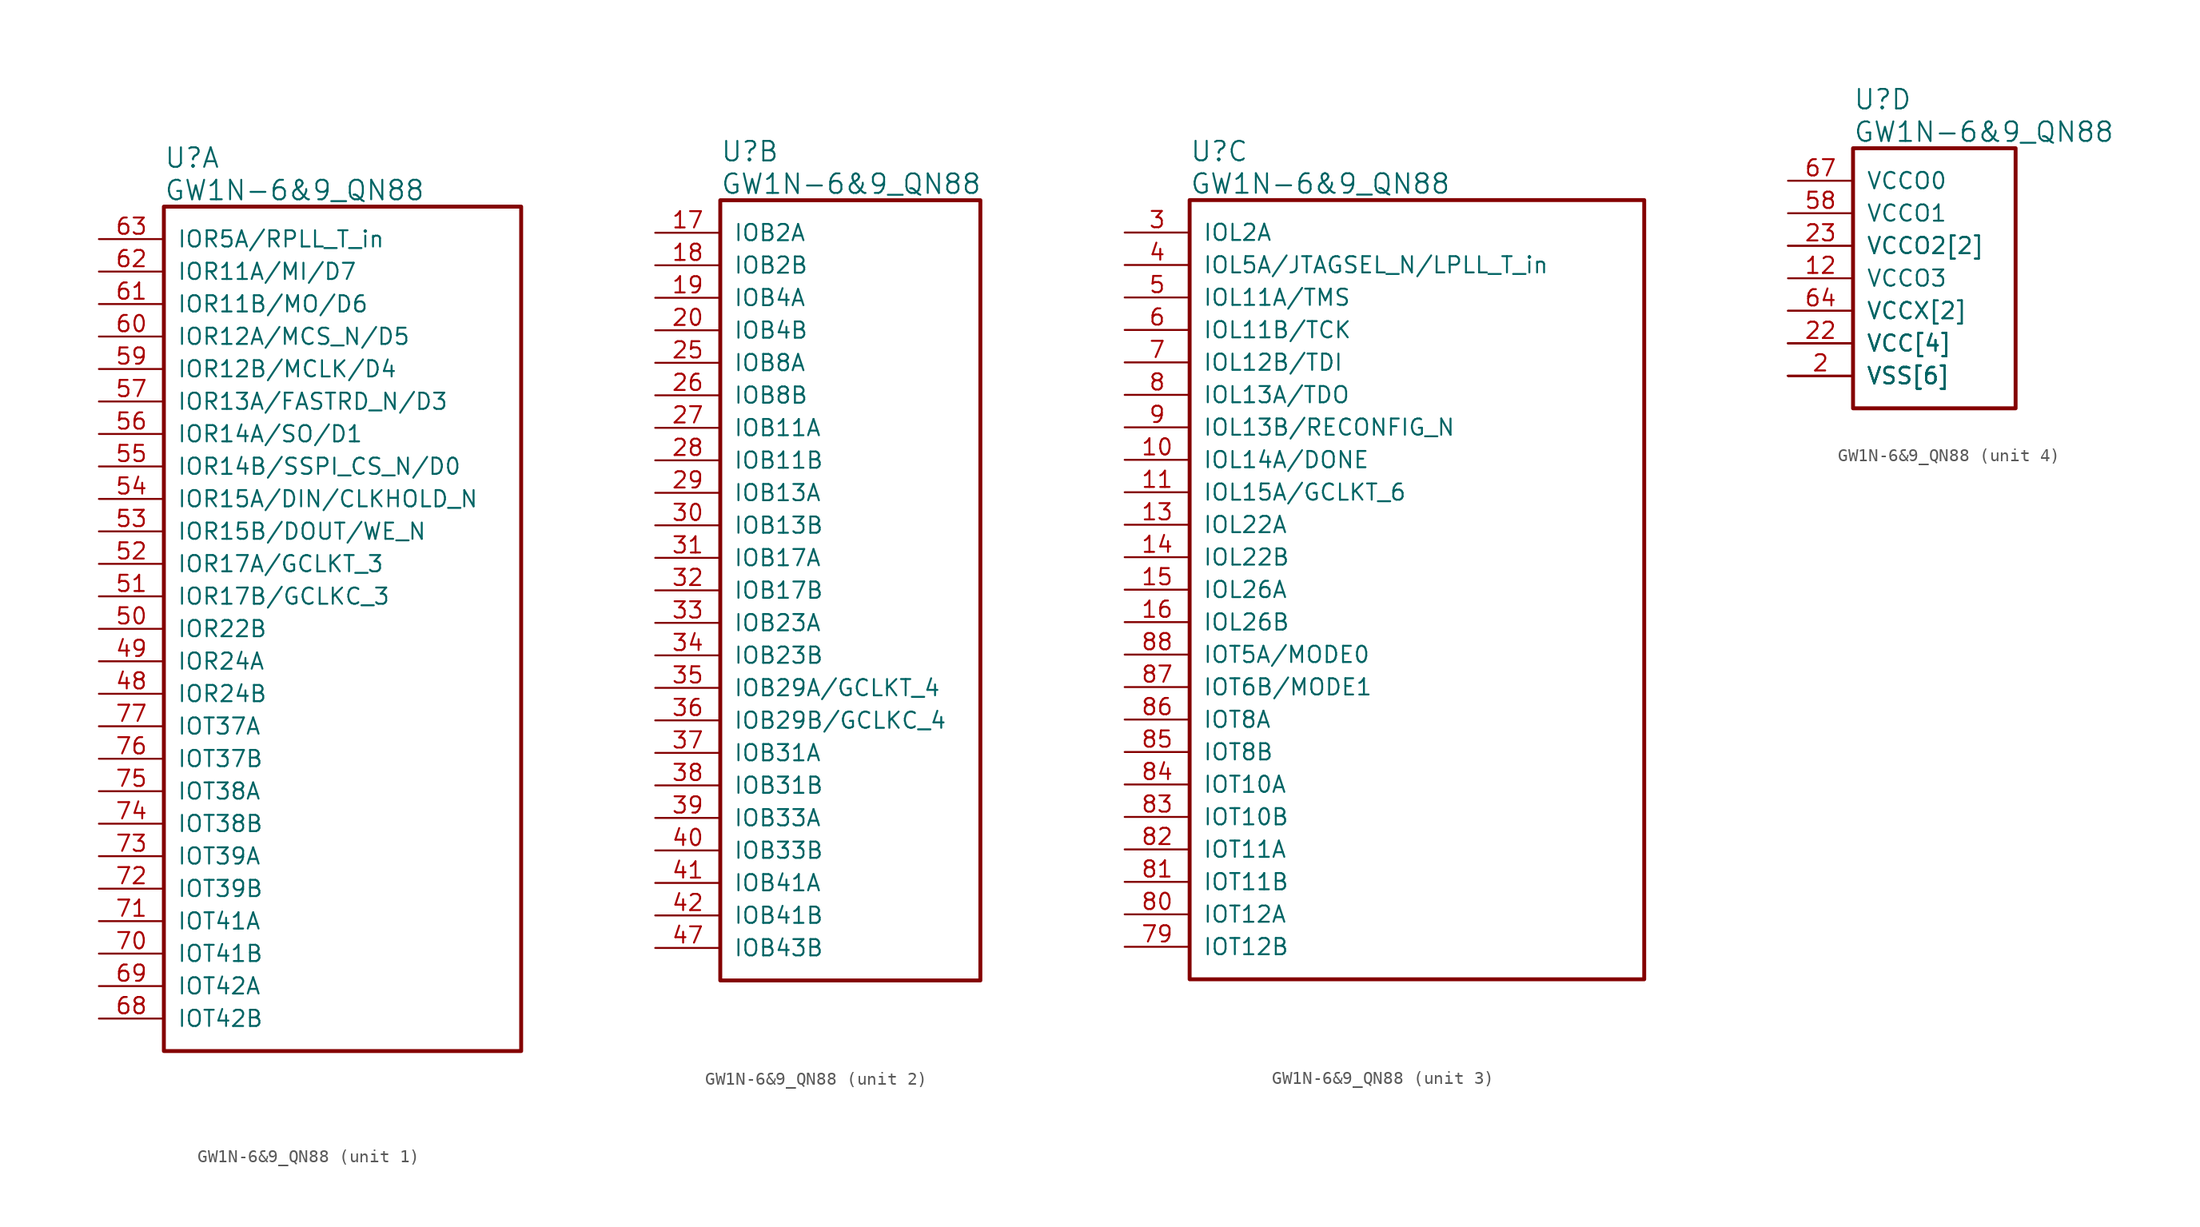
<source format=kicad_sym>
(kicad_symbol_lib
  (version 20241209)
  (generator "kicad_symbol_editor")
  (generator_version "9.0")
  (symbol "GW1N-6&9_QN88"
    (pin_names
      (offset 1.016))
    (property "Reference" "U"
      (at 5.08 6.35 0)
      (effects (font (size 1.524 1.524)) (justify left)))
    (property "Value" "GW1N-6&9_QN88"
      (at 5.08 3.81 0)
      (effects (font (size 1.524 1.524)) (justify left)))
    (property "ki_locked" ""
      (at 0 0 0)
      (effects (font (size 1.27 1.27))))
    (symbol "GW1N-6&9_QN88_1_1"
      (rectangle (start 5.08 2.54) (end 33.02 -63.5) (stroke (width 0.305) (type solid)) (fill (type none)))
      (pin bidirectional line (at 0 0 0) (length 5.08) (name "IOR5A/RPLL_T_in" (effects (font (size 1.27 1.27)))) (number "63" (effects (font (size 1.27 1.27)))))
      (pin bidirectional line (at 0 -2.54 0) (length 5.08) (name "IOR11A/MI/D7" (effects (font (size 1.27 1.27)))) (number "62" (effects (font (size 1.27 1.27)))))
      (pin bidirectional line (at 0 -5.08 0) (length 5.08) (name "IOR11B/MO/D6" (effects (font (size 1.27 1.27)))) (number "61" (effects (font (size 1.27 1.27)))))
      (pin bidirectional line (at 0 -7.62 0) (length 5.08) (name "IOR12A/MCS_N/D5" (effects (font (size 1.27 1.27)))) (number "60" (effects (font (size 1.27 1.27)))))
      (pin bidirectional line (at 0 -10.16 0) (length 5.08) (name "IOR12B/MCLK/D4" (effects (font (size 1.27 1.27)))) (number "59" (effects (font (size 1.27 1.27)))))
      (pin bidirectional line (at 0 -12.7 0) (length 5.08) (name "IOR13A/FASTRD_N/D3" (effects (font (size 1.27 1.27)))) (number "57" (effects (font (size 1.27 1.27)))))
      (pin bidirectional line (at 0 -15.24 0) (length 5.08) (name "IOR14A/SO/D1" (effects (font (size 1.27 1.27)))) (number "56" (effects (font (size 1.27 1.27)))))
      (pin bidirectional line (at 0 -17.78 0) (length 5.08) (name "IOR14B/SSPI_CS_N/D0" (effects (font (size 1.27 1.27)))) (number "55" (effects (font (size 1.27 1.27)))))
      (pin bidirectional line (at 0 -20.32 0) (length 5.08) (name "IOR15A/DIN/CLKHOLD_N" (effects (font (size 1.27 1.27)))) (number "54" (effects (font (size 1.27 1.27)))))
      (pin bidirectional line (at 0 -22.86 0) (length 5.08) (name "IOR15B/DOUT/WE_N" (effects (font (size 1.27 1.27)))) (number "53" (effects (font (size 1.27 1.27)))))
      (pin bidirectional line (at 0 -25.4 0) (length 5.08) (name "IOR17A/GCLKT_3" (effects (font (size 1.27 1.27)))) (number "52" (effects (font (size 1.27 1.27)))))
      (pin bidirectional line (at 0 -27.94 0) (length 5.08) (name "IOR17B/GCLKC_3" (effects (font (size 1.27 1.27)))) (number "51" (effects (font (size 1.27 1.27)))))
      (pin bidirectional line (at 0 -30.48 0) (length 5.08) (name "IOR22B" (effects (font (size 1.27 1.27)))) (number "50" (effects (font (size 1.27 1.27)))))
      (pin bidirectional line (at 0 -33.02 0) (length 5.08) (name "IOR24A" (effects (font (size 1.27 1.27)))) (number "49" (effects (font (size 1.27 1.27)))))
      (pin bidirectional line (at 0 -35.56 0) (length 5.08) (name "IOR24B" (effects (font (size 1.27 1.27)))) (number "48" (effects (font (size 1.27 1.27)))))
      (pin bidirectional line (at 0 -38.1 0) (length 5.08) (name "IOT37A" (effects (font (size 1.27 1.27)))) (number "77" (effects (font (size 1.27 1.27)))))
      (pin bidirectional line (at 0 -40.64 0) (length 5.08) (name "IOT37B" (effects (font (size 1.27 1.27)))) (number "76" (effects (font (size 1.27 1.27)))))
      (pin bidirectional line (at 0 -43.18 0) (length 5.08) (name "IOT38A" (effects (font (size 1.27 1.27)))) (number "75" (effects (font (size 1.27 1.27)))))
      (pin bidirectional line (at 0 -45.72 0) (length 5.08) (name "IOT38B" (effects (font (size 1.27 1.27)))) (number "74" (effects (font (size 1.27 1.27)))))
      (pin bidirectional line (at 0 -48.26 0) (length 5.08) (name "IOT39A" (effects (font (size 1.27 1.27)))) (number "73" (effects (font (size 1.27 1.27)))))
      (pin bidirectional line (at 0 -50.8 0) (length 5.08) (name "IOT39B" (effects (font (size 1.27 1.27)))) (number "72" (effects (font (size 1.27 1.27)))))
      (pin bidirectional line (at 0 -53.34 0) (length 5.08) (name "IOT41A" (effects (font (size 1.27 1.27)))) (number "71" (effects (font (size 1.27 1.27)))))
      (pin bidirectional line (at 0 -55.88 0) (length 5.08) (name "IOT41B" (effects (font (size 1.27 1.27)))) (number "70" (effects (font (size 1.27 1.27)))))
      (pin bidirectional line (at 0 -58.42 0) (length 5.08) (name "IOT42A" (effects (font (size 1.27 1.27)))) (number "69" (effects (font (size 1.27 1.27)))))
      (pin bidirectional line (at 0 -60.96 0) (length 5.08) (name "IOT42B" (effects (font (size 1.27 1.27)))) (number "68" (effects (font (size 1.27 1.27))))))
    (symbol "GW1N-6&9_QN88_2_1"
      (rectangle (start 5.08 2.54) (end 25.4 -58.42) (stroke (width 0.305) (type solid)) (fill (type none)))
      (pin bidirectional line (at 0 0 0) (length 5.08) (name "IOB2A" (effects (font (size 1.27 1.27)))) (number "17" (effects (font (size 1.27 1.27)))))
      (pin bidirectional line (at 0 -2.54 0) (length 5.08) (name "IOB2B" (effects (font (size 1.27 1.27)))) (number "18" (effects (font (size 1.27 1.27)))))
      (pin bidirectional line (at 0 -5.08 0) (length 5.08) (name "IOB4A" (effects (font (size 1.27 1.27)))) (number "19" (effects (font (size 1.27 1.27)))))
      (pin bidirectional line (at 0 -7.62 0) (length 5.08) (name "IOB4B" (effects (font (size 1.27 1.27)))) (number "20" (effects (font (size 1.27 1.27)))))
      (pin bidirectional line (at 0 -10.16 0) (length 5.08) (name "IOB8A" (effects (font (size 1.27 1.27)))) (number "25" (effects (font (size 1.27 1.27)))))
      (pin bidirectional line (at 0 -12.7 0) (length 5.08) (name "IOB8B" (effects (font (size 1.27 1.27)))) (number "26" (effects (font (size 1.27 1.27)))))
      (pin bidirectional line (at 0 -15.24 0) (length 5.08) (name "IOB11A" (effects (font (size 1.27 1.27)))) (number "27" (effects (font (size 1.27 1.27)))))
      (pin bidirectional line (at 0 -17.78 0) (length 5.08) (name "IOB11B" (effects (font (size 1.27 1.27)))) (number "28" (effects (font (size 1.27 1.27)))))
      (pin bidirectional line (at 0 -20.32 0) (length 5.08) (name "IOB13A" (effects (font (size 1.27 1.27)))) (number "29" (effects (font (size 1.27 1.27)))))
      (pin bidirectional line (at 0 -22.86 0) (length 5.08) (name "IOB13B" (effects (font (size 1.27 1.27)))) (number "30" (effects (font (size 1.27 1.27)))))
      (pin bidirectional line (at 0 -25.4 0) (length 5.08) (name "IOB17A" (effects (font (size 1.27 1.27)))) (number "31" (effects (font (size 1.27 1.27)))))
      (pin bidirectional line (at 0 -27.94 0) (length 5.08) (name "IOB17B" (effects (font (size 1.27 1.27)))) (number "32" (effects (font (size 1.27 1.27)))))
      (pin bidirectional line (at 0 -30.48 0) (length 5.08) (name "IOB23A" (effects (font (size 1.27 1.27)))) (number "33" (effects (font (size 1.27 1.27)))))
      (pin bidirectional line (at 0 -33.02 0) (length 5.08) (name "IOB23B" (effects (font (size 1.27 1.27)))) (number "34" (effects (font (size 1.27 1.27)))))
      (pin bidirectional line (at 0 -35.56 0) (length 5.08) (name "IOB29A/GCLKT_4" (effects (font (size 1.27 1.27)))) (number "35" (effects (font (size 1.27 1.27)))))
      (pin bidirectional line (at 0 -38.1 0) (length 5.08) (name "IOB29B/GCLKC_4" (effects (font (size 1.27 1.27)))) (number "36" (effects (font (size 1.27 1.27)))))
      (pin bidirectional line (at 0 -40.64 0) (length 5.08) (name "IOB31A" (effects (font (size 1.27 1.27)))) (number "37" (effects (font (size 1.27 1.27)))))
      (pin bidirectional line (at 0 -43.18 0) (length 5.08) (name "IOB31B" (effects (font (size 1.27 1.27)))) (number "38" (effects (font (size 1.27 1.27)))))
      (pin bidirectional line (at 0 -45.72 0) (length 5.08) (name "IOB33A" (effects (font (size 1.27 1.27)))) (number "39" (effects (font (size 1.27 1.27)))))
      (pin bidirectional line (at 0 -48.26 0) (length 5.08) (name "IOB33B" (effects (font (size 1.27 1.27)))) (number "40" (effects (font (size 1.27 1.27)))))
      (pin bidirectional line (at 0 -50.8 0) (length 5.08) (name "IOB41A" (effects (font (size 1.27 1.27)))) (number "41" (effects (font (size 1.27 1.27)))))
      (pin bidirectional line (at 0 -53.34 0) (length 5.08) (name "IOB41B" (effects (font (size 1.27 1.27)))) (number "42" (effects (font (size 1.27 1.27)))))
      (pin bidirectional line (at 0 -55.88 0) (length 5.08) (name "IOB43B" (effects (font (size 1.27 1.27)))) (number "47" (effects (font (size 1.27 1.27))))))
    (symbol "GW1N-6&9_QN88_3_1"
      (rectangle (start 5.08 2.54) (end 40.64 -58.42) (stroke (width 0.305) (type solid)) (fill (type none)))
      (pin bidirectional line (at 0 0 0) (length 5.08) (name "IOL2A" (effects (font (size 1.27 1.27)))) (number "3" (effects (font (size 1.27 1.27)))))
      (pin bidirectional line (at 0 -2.54 0) (length 5.08) (name "IOL5A/JTAGSEL_N/LPLL_T_in" (effects (font (size 1.27 1.27)))) (number "4" (effects (font (size 1.27 1.27)))))
      (pin bidirectional line (at 0 -5.08 0) (length 5.08) (name "IOL11A/TMS" (effects (font (size 1.27 1.27)))) (number "5" (effects (font (size 1.27 1.27)))))
      (pin bidirectional line (at 0 -7.62 0) (length 5.08) (name "IOL11B/TCK" (effects (font (size 1.27 1.27)))) (number "6" (effects (font (size 1.27 1.27)))))
      (pin bidirectional line (at 0 -10.16 0) (length 5.08) (name "IOL12B/TDI" (effects (font (size 1.27 1.27)))) (number "7" (effects (font (size 1.27 1.27)))))
      (pin bidirectional line (at 0 -12.7 0) (length 5.08) (name "IOL13A/TDO" (effects (font (size 1.27 1.27)))) (number "8" (effects (font (size 1.27 1.27)))))
      (pin bidirectional line (at 0 -15.24 0) (length 5.08) (name "IOL13B/RECONFIG_N" (effects (font (size 1.27 1.27)))) (number "9" (effects (font (size 1.27 1.27)))))
      (pin bidirectional line (at 0 -17.78 0) (length 5.08) (name "IOL14A/DONE" (effects (font (size 1.27 1.27)))) (number "10" (effects (font (size 1.27 1.27)))))
      (pin bidirectional line (at 0 -20.32 0) (length 5.08) (name "IOL15A/GCLKT_6" (effects (font (size 1.27 1.27)))) (number "11" (effects (font (size 1.27 1.27)))))
      (pin bidirectional line (at 0 -22.86 0) (length 5.08) (name "IOL22A" (effects (font (size 1.27 1.27)))) (number "13" (effects (font (size 1.27 1.27)))))
      (pin bidirectional line (at 0 -25.4 0) (length 5.08) (name "IOL22B" (effects (font (size 1.27 1.27)))) (number "14" (effects (font (size 1.27 1.27)))))
      (pin bidirectional line (at 0 -27.94 0) (length 5.08) (name "IOL26A" (effects (font (size 1.27 1.27)))) (number "15" (effects (font (size 1.27 1.27)))))
      (pin bidirectional line (at 0 -30.48 0) (length 5.08) (name "IOL26B" (effects (font (size 1.27 1.27)))) (number "16" (effects (font (size 1.27 1.27)))))
      (pin bidirectional line (at 0 -33.02 0) (length 5.08) (name "IOT5A/MODE0" (effects (font (size 1.27 1.27)))) (number "88" (effects (font (size 1.27 1.27)))))
      (pin bidirectional line (at 0 -35.56 0) (length 5.08) (name "IOT6B/MODE1" (effects (font (size 1.27 1.27)))) (number "87" (effects (font (size 1.27 1.27)))))
      (pin bidirectional line (at 0 -38.1 0) (length 5.08) (name "IOT8A" (effects (font (size 1.27 1.27)))) (number "86" (effects (font (size 1.27 1.27)))))
      (pin bidirectional line (at 0 -40.64 0) (length 5.08) (name "IOT8B" (effects (font (size 1.27 1.27)))) (number "85" (effects (font (size 1.27 1.27)))))
      (pin bidirectional line (at 0 -43.18 0) (length 5.08) (name "IOT10A" (effects (font (size 1.27 1.27)))) (number "84" (effects (font (size 1.27 1.27)))))
      (pin bidirectional line (at 0 -45.72 0) (length 5.08) (name "IOT10B" (effects (font (size 1.27 1.27)))) (number "83" (effects (font (size 1.27 1.27)))))
      (pin bidirectional line (at 0 -48.26 0) (length 5.08) (name "IOT11A" (effects (font (size 1.27 1.27)))) (number "82" (effects (font (size 1.27 1.27)))))
      (pin bidirectional line (at 0 -50.8 0) (length 5.08) (name "IOT11B" (effects (font (size 1.27 1.27)))) (number "81" (effects (font (size 1.27 1.27)))))
      (pin bidirectional line (at 0 -53.34 0) (length 5.08) (name "IOT12A" (effects (font (size 1.27 1.27)))) (number "80" (effects (font (size 1.27 1.27)))))
      (pin bidirectional line (at 0 -55.88 0) (length 5.08) (name "IOT12B" (effects (font (size 1.27 1.27)))) (number "79" (effects (font (size 1.27 1.27))))))
    (symbol "GW1N-6&9_QN88_4_1"
      (rectangle (start 5.08 2.54) (end 17.78 -17.78) (stroke (width 0.305) (type solid)) (fill (type none)))
      (pin power_in line (at 0 0 0) (length 5.08) (name "VCCO0" (effects (font (size 1.27 1.27)))) (number "67" (effects (font (size 1.27 1.27)))))
      (pin power_in line (at 0 -2.54 0) (length 5.08) (name "VCCO1" (effects (font (size 1.27 1.27)))) (number "58" (effects (font (size 1.27 1.27)))))
      (pin power_in line (at 0 -5.08 0) (length 5.08) (name "VCCO2[2]" (effects (font (size 1.27 1.27)))) (number "23" (effects (font (size 1.27 1.27)))))
      (pin power_in line (at 0 -5.08 0) (length 5.08) (name "VCCO2[2]" (effects (font (size 1.27 1.27)))) (number "44" (effects (font (size 0 0)))))
      (pin power_in line (at 0 -7.62 0) (length 5.08) (name "VCCO3" (effects (font (size 1.27 1.27)))) (number "12" (effects (font (size 1.27 1.27)))))
      (pin power_in line (at 0 -10.16 0) (length 5.08) (name "VCCX[2]" (effects (font (size 1.27 1.27)))) (number "64" (effects (font (size 1.27 1.27)))))
      (pin power_in line (at 0 -10.16 0) (length 5.08) (name "VCCX[2]" (effects (font (size 1.27 1.27)))) (number "78" (effects (font (size 0 0)))))
      (pin power_in line (at 0 -12.7 0) (length 5.08) (name "VCC[4]" (effects (font (size 1.27 1.27)))) (number "1" (effects (font (size 0 0)))))
      (pin power_in line (at 0 -12.7 0) (length 5.08) (name "VCC[4]" (effects (font (size 1.27 1.27)))) (number "22" (effects (font (size 1.27 1.27)))))
      (pin power_in line (at 0 -12.7 0) (length 5.08) (name "VCC[4]" (effects (font (size 1.27 1.27)))) (number "45" (effects (font (size 0 0)))))
      (pin power_in line (at 0 -12.7 0) (length 5.08) (name "VCC[4]" (effects (font (size 1.27 1.27)))) (number "66" (effects (font (size 0 0)))))
      (pin power_in line (at 0 -15.24 0) (length 5.08) (name "VSS[6]" (effects (font (size 1.27 1.27)))) (number "2" (effects (font (size 1.27 1.27)))))
      (pin power_in line (at 0 -15.24 0) (length 5.08) (name "VSS[6]" (effects (font (size 1.27 1.27)))) (number "21" (effects (font (size 0 0)))))
      (pin power_in line (at 0 -15.24 0) (length 5.08) (name "VSS[6]" (effects (font (size 1.27 1.27)))) (number "24" (effects (font (size 0 0)))))
      (pin power_in line (at 0 -15.24 0) (length 5.08) (name "VSS[6]" (effects (font (size 1.27 1.27)))) (number "43" (effects (font (size 0 0)))))
      (pin power_in line (at 0 -15.24 0) (length 5.08) (name "VSS[6]" (effects (font (size 1.27 1.27)))) (number "46" (effects (font (size 0 0)))))
      (pin power_in line (at 0 -15.24 0) (length 5.08) (name "VSS[6]" (effects (font (size 1.27 1.27)))) (number "65" (effects (font (size 0 0))))))))
</source>
